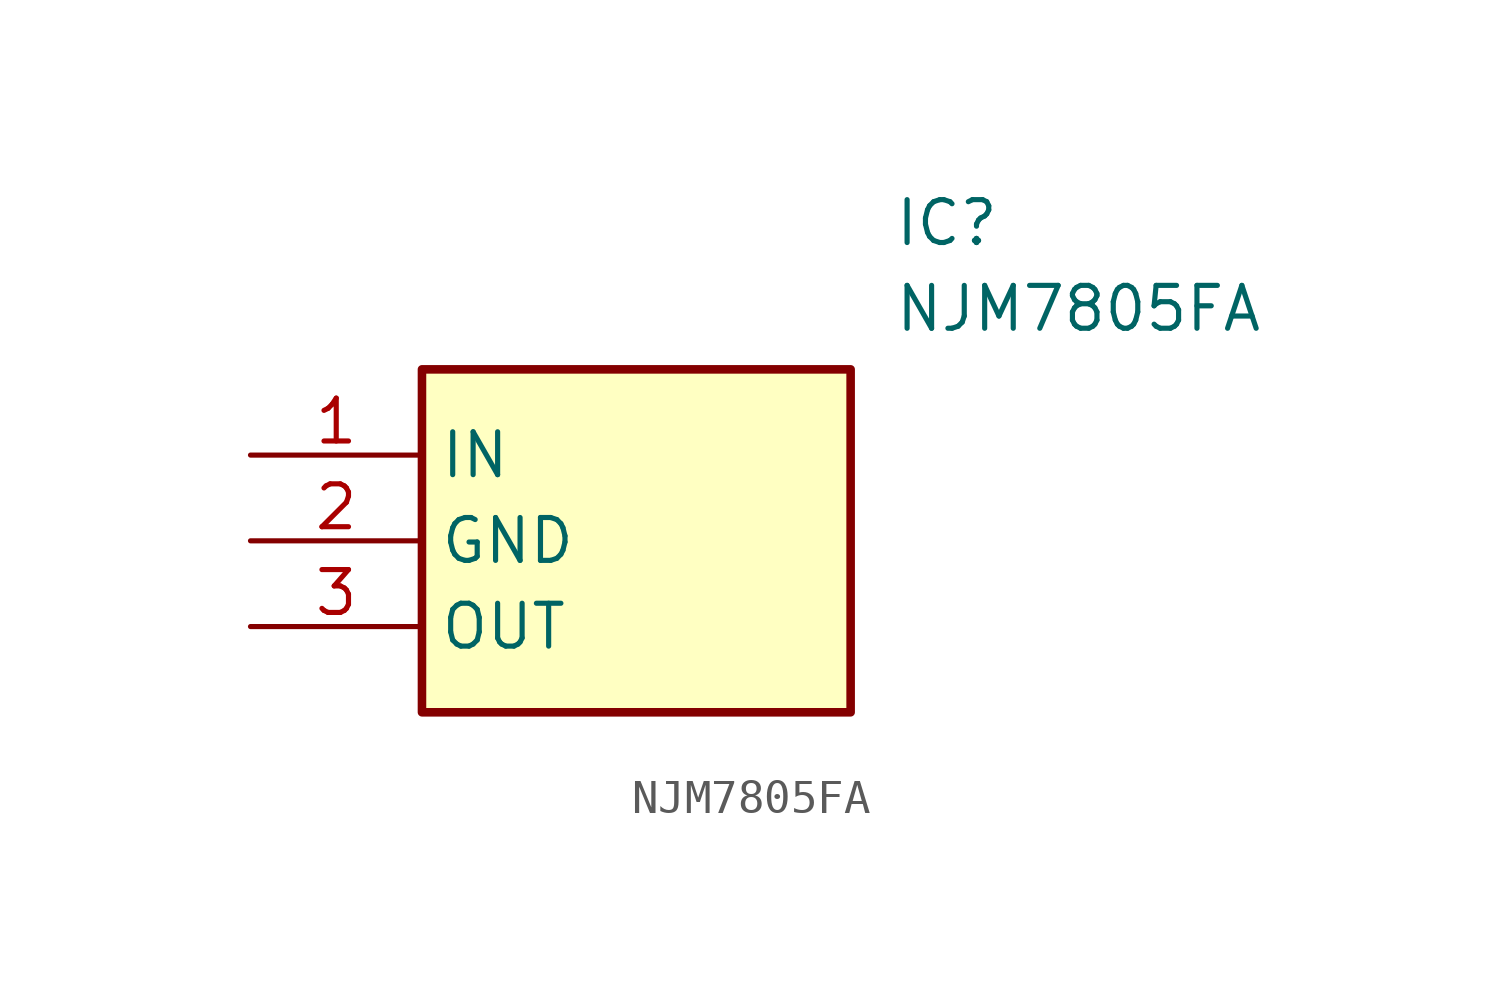
<source format=kicad_sym>
(kicad_symbol_lib
  (version 20211014)
  (generator SamacSys_ECAD_Model)
  (symbol "NJM7805FA"
    (property "Reference" "IC"
      (at 19.05 7.62 0)
      (effects (font (size 1.27 1.27)) (justify left top)))
    (property "Value" "NJM7805FA"
      (at 19.05 5.08 0)
      (effects (font (size 1.27 1.27)) (justify left top)))
    (rectangle
      (start 5.08 2.54)
      (end 17.78 -7.62)
      (stroke (width 0.254) (type default))
      (fill (type background)))
    (pin passive line
      (at 0 0 0)
      (length 5.08)
      (name "IN" (effects (font (size 1.27 1.27))))
      (number "1" (effects (font (size 1.27 1.27)))))
    (pin passive line
      (at 0 -2.54 0)
      (length 5.08)
      (name "GND" (effects (font (size 1.27 1.27))))
      (number "2" (effects (font (size 1.27 1.27)))))
    (pin passive line
      (at 0 -5.08 0)
      (length 5.08)
      (name "OUT" (effects (font (size 1.27 1.27))))
      (number "3" (effects (font (size 1.27 1.27)))))))
</source>
